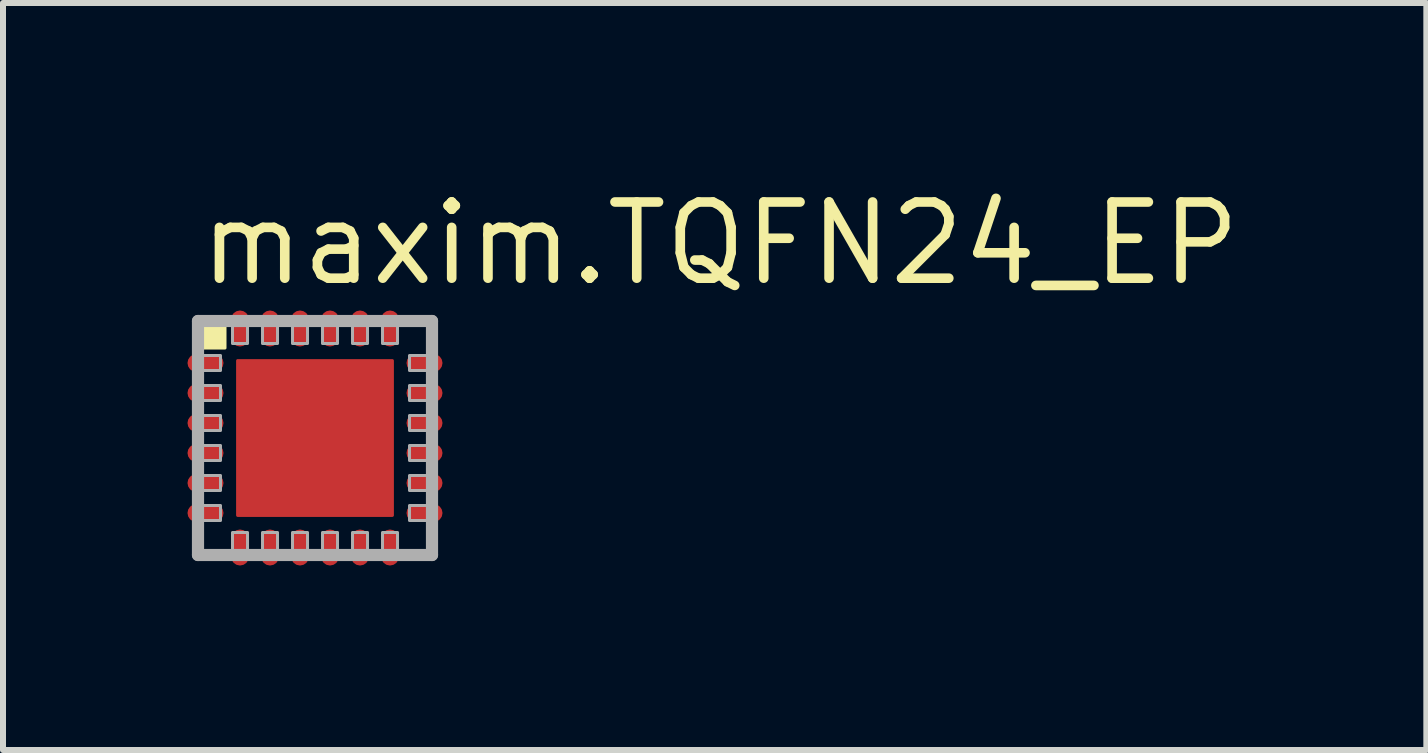
<source format=kicad_pcb>
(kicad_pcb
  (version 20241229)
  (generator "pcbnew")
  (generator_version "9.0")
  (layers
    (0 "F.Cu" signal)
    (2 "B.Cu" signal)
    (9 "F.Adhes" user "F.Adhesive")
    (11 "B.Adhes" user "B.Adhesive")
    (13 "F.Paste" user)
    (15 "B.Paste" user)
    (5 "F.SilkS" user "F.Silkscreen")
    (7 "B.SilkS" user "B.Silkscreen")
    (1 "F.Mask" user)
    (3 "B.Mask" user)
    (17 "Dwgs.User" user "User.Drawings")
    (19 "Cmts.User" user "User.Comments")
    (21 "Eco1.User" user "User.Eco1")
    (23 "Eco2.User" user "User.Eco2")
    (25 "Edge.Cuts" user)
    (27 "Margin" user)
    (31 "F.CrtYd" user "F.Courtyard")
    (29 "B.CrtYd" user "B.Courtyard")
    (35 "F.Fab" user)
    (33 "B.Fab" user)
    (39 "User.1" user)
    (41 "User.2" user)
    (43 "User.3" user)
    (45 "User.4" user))
  (footprint "maxim.TQFN24_EP"
    (layer "F.Cu")
    (at 2.2 4.25)
    (property "Reference" "maxim.TQFN24_EP" (at -2 -2.5 0) (layer "F.SilkS") (effects (font (size 1.27 1.27) (thickness 0.16)) (justify left bottom)))
    (attr smd)
    (fp_rect (start -2.175 -1.075) (end -1.525 -1.425) (stroke (width 0.05) (type default)) (fill yes) (layer "F.Mask"))
    (fp_rect (start -2.175 -0.575) (end -1.525 -0.925) (stroke (width 0.05) (type default)) (fill yes) (layer "F.Mask"))
    (fp_rect (start -2.175 -0.075) (end -1.525 -0.425) (stroke (width 0.05) (type default)) (fill yes) (layer "F.Mask"))
    (fp_rect (start -2.175 0.425) (end -1.525 0.075) (stroke (width 0.05) (type default)) (fill yes) (layer "F.Mask"))
    (fp_rect (start -2.175 0.925) (end -1.525 0.575) (stroke (width 0.05) (type default)) (fill yes) (layer "F.Mask"))
    (fp_rect (start -2.175 1.425) (end -1.525 1.075) (stroke (width 0.05) (type default)) (fill yes) (layer "F.Mask"))
    (fp_rect (start -1.425 -1.525) (end -1.075 -2.175) (stroke (width 0.05) (type default)) (fill yes) (layer "F.Mask"))
    (fp_rect (start -1.425 2.175) (end -1.075 1.525) (stroke (width 0.05) (type default)) (fill yes) (layer "F.Mask"))
    (fp_rect (start -1.35 1.35) (end 1.35 -1.35) (stroke (width 0.05) (type default)) (fill yes) (layer "F.Mask"))
    (fp_rect (start -0.925 -1.525) (end -0.575 -2.175) (stroke (width 0.05) (type default)) (fill yes) (layer "F.Mask"))
    (fp_rect (start -0.925 2.175) (end -0.575 1.525) (stroke (width 0.05) (type default)) (fill yes) (layer "F.Mask"))
    (fp_rect (start -0.425 -1.525) (end -0.075 -2.175) (stroke (width 0.05) (type default)) (fill yes) (layer "F.Mask"))
    (fp_rect (start -0.425 2.175) (end -0.075 1.525) (stroke (width 0.05) (type default)) (fill yes) (layer "F.Mask"))
    (fp_rect (start 0.075 -1.525) (end 0.425 -2.175) (stroke (width 0.05) (type default)) (fill yes) (layer "F.Mask"))
    (fp_rect (start 0.075 2.175) (end 0.425 1.525) (stroke (width 0.05) (type default)) (fill yes) (layer "F.Mask"))
    (fp_rect (start 0.575 -1.525) (end 0.925 -2.175) (stroke (width 0.05) (type default)) (fill yes) (layer "F.Mask"))
    (fp_rect (start 0.575 2.175) (end 0.925 1.525) (stroke (width 0.05) (type default)) (fill yes) (layer "F.Mask"))
    (fp_rect (start 1.075 -1.525) (end 1.425 -2.175) (stroke (width 0.05) (type default)) (fill yes) (layer "F.Mask"))
    (fp_rect (start 1.075 2.175) (end 1.425 1.525) (stroke (width 0.05) (type default)) (fill yes) (layer "F.Mask"))
    (fp_rect (start 1.525 -1.075) (end 2.175 -1.425) (stroke (width 0.05) (type default)) (fill yes) (layer "F.Mask"))
    (fp_rect (start 1.525 -0.575) (end 2.175 -0.925) (stroke (width 0.05) (type default)) (fill yes) (layer "F.Mask"))
    (fp_rect (start 1.525 -0.075) (end 2.175 -0.425) (stroke (width 0.05) (type default)) (fill yes) (layer "F.Mask"))
    (fp_rect (start 1.525 0.425) (end 2.175 0.075) (stroke (width 0.05) (type default)) (fill yes) (layer "F.Mask"))
    (fp_rect (start 1.525 0.925) (end 2.175 0.575) (stroke (width 0.05) (type default)) (fill yes) (layer "F.Mask"))
    (fp_rect (start 1.525 1.425) (end 2.175 1.075) (stroke (width 0.05) (type default)) (fill yes) (layer "F.Mask"))
    (fp_rect (start -2 -1.5) (end -1.5 -2) (stroke (width 0.05) (type default)) (fill yes) (layer "F.SilkS"))
    (fp_rect (start -2.1 -1.125) (end -1.55 -1.375) (stroke (width 0.05) (type default)) (fill yes) (layer "F.Paste"))
    (fp_rect (start -2.1 -0.625) (end -1.55 -0.875) (stroke (width 0.05) (type default)) (fill yes) (layer "F.Paste"))
    (fp_rect (start -2.1 -0.125) (end -1.55 -0.375) (stroke (width 0.05) (type default)) (fill yes) (layer "F.Paste"))
    (fp_rect (start -2.1 0.375) (end -1.55 0.125) (stroke (width 0.05) (type default)) (fill yes) (layer "F.Paste"))
    (fp_rect (start -2.1 0.875) (end -1.55 0.625) (stroke (width 0.05) (type default)) (fill yes) (layer "F.Paste"))
    (fp_rect (start -2.1 1.375) (end -1.55 1.125) (stroke (width 0.05) (type default)) (fill yes) (layer "F.Paste"))
    (fp_rect (start -1.375 -1.55) (end -1.125 -2.1) (stroke (width 0.05) (type default)) (fill yes) (layer "F.Paste"))
    (fp_rect (start -1.375 2.1) (end -1.125 1.55) (stroke (width 0.05) (type default)) (fill yes) (layer "F.Paste"))
    (fp_rect (start -1.15 1.175) (end 1.15 -1.2) (stroke (width 0.05) (type default)) (fill yes) (layer "F.Paste"))
    (fp_rect (start -0.875 -1.55) (end -0.625 -2.1) (stroke (width 0.05) (type default)) (fill yes) (layer "F.Paste"))
    (fp_rect (start -0.875 2.1) (end -0.625 1.55) (stroke (width 0.05) (type default)) (fill yes) (layer "F.Paste"))
    (fp_rect (start -0.375 -1.55) (end -0.125 -2.1) (stroke (width 0.05) (type default)) (fill yes) (layer "F.Paste"))
    (fp_rect (start -0.375 2.1) (end -0.125 1.55) (stroke (width 0.05) (type default)) (fill yes) (layer "F.Paste"))
    (fp_rect (start 0.125 -1.55) (end 0.375 -2.1) (stroke (width 0.05) (type default)) (fill yes) (layer "F.Paste"))
    (fp_rect (start 0.125 2.1) (end 0.375 1.55) (stroke (width 0.05) (type default)) (fill yes) (layer "F.Paste"))
    (fp_rect (start 0.625 -1.55) (end 0.875 -2.1) (stroke (width 0.05) (type default)) (fill yes) (layer "F.Paste"))
    (fp_rect (start 0.625 2.1) (end 0.875 1.55) (stroke (width 0.05) (type default)) (fill yes) (layer "F.Paste"))
    (fp_rect (start 1.125 -1.55) (end 1.375 -2.1) (stroke (width 0.05) (type default)) (fill yes) (layer "F.Paste"))
    (fp_rect (start 1.125 2.1) (end 1.375 1.55) (stroke (width 0.05) (type default)) (fill yes) (layer "F.Paste"))
    (fp_rect (start 1.55 -1.125) (end 2.1 -1.375) (stroke (width 0.05) (type default)) (fill yes) (layer "F.Paste"))
    (fp_rect (start 1.55 -0.625) (end 2.1 -0.875) (stroke (width 0.05) (type default)) (fill yes) (layer "F.Paste"))
    (fp_rect (start 1.55 -0.125) (end 2.1 -0.375) (stroke (width 0.05) (type default)) (fill yes) (layer "F.Paste"))
    (fp_rect (start 1.55 0.375) (end 2.1 0.125) (stroke (width 0.05) (type default)) (fill yes) (layer "F.Paste"))
    (fp_rect (start 1.55 0.875) (end 2.1 0.625) (stroke (width 0.05) (type default)) (fill yes) (layer "F.Paste"))
    (fp_rect (start 1.55 1.375) (end 2.1 1.125) (stroke (width 0.05) (type default)) (fill yes) (layer "F.Paste"))
    (fp_line (start -1.95 -1.95) (end 1.95 -1.95) (stroke (width 0.203) (type default)) (layer "F.Fab"))
    (fp_line (start -1.95 1.95) (end -1.95 -1.95) (stroke (width 0.203) (type default)) (layer "F.Fab"))
    (fp_line (start 1.95 -1.95) (end 1.95 1.95) (stroke (width 0.203) (type default)) (layer "F.Fab"))
    (fp_line (start 1.95 1.95) (end -1.95 1.95) (stroke (width 0.203) (type default)) (layer "F.Fab"))
    (fp_rect (start -2 -1.125) (end -1.575 -1.375) (stroke (width 0.05) (type default)) (fill no) (layer "F.Fab"))
    (fp_rect (start -2 -0.625) (end -1.575 -0.875) (stroke (width 0.05) (type default)) (fill no) (layer "F.Fab"))
    (fp_rect (start -2 -0.125) (end -1.575 -0.375) (stroke (width 0.05) (type default)) (fill no) (layer "F.Fab"))
    (fp_rect (start -2 0.375) (end -1.575 0.125) (stroke (width 0.05) (type default)) (fill no) (layer "F.Fab"))
    (fp_rect (start -2 0.875) (end -1.575 0.625) (stroke (width 0.05) (type default)) (fill no) (layer "F.Fab"))
    (fp_rect (start -2 1.375) (end -1.575 1.125) (stroke (width 0.05) (type default)) (fill no) (layer "F.Fab"))
    (fp_rect (start -1.375 -1.575) (end -1.125 -2) (stroke (width 0.05) (type default)) (fill no) (layer "F.Fab"))
    (fp_rect (start -1.375 2) (end -1.125 1.575) (stroke (width 0.05) (type default)) (fill no) (layer "F.Fab"))
    (fp_rect (start -0.875 -1.575) (end -0.625 -2) (stroke (width 0.05) (type default)) (fill no) (layer "F.Fab"))
    (fp_rect (start -0.875 2) (end -0.625 1.575) (stroke (width 0.05) (type default)) (fill no) (layer "F.Fab"))
    (fp_rect (start -0.375 -1.575) (end -0.125 -2) (stroke (width 0.05) (type default)) (fill no) (layer "F.Fab"))
    (fp_rect (start -0.375 2) (end -0.125 1.575) (stroke (width 0.05) (type default)) (fill no) (layer "F.Fab"))
    (fp_rect (start 0.125 -1.575) (end 0.375 -2) (stroke (width 0.05) (type default)) (fill no) (layer "F.Fab"))
    (fp_rect (start 0.125 2) (end 0.375 1.575) (stroke (width 0.05) (type default)) (fill no) (layer "F.Fab"))
    (fp_rect (start 0.625 -1.575) (end 0.875 -2) (stroke (width 0.05) (type default)) (fill no) (layer "F.Fab"))
    (fp_rect (start 0.625 2) (end 0.875 1.575) (stroke (width 0.05) (type default)) (fill no) (layer "F.Fab"))
    (fp_rect (start 1.125 -1.575) (end 1.375 -2) (stroke (width 0.05) (type default)) (fill no) (layer "F.Fab"))
    (fp_rect (start 1.125 2) (end 1.375 1.575) (stroke (width 0.05) (type default)) (fill no) (layer "F.Fab"))
    (fp_rect (start 1.575 -1.125) (end 2 -1.375) (stroke (width 0.05) (type default)) (fill no) (layer "F.Fab"))
    (fp_rect (start 1.575 -0.625) (end 2 -0.875) (stroke (width 0.05) (type default)) (fill no) (layer "F.Fab"))
    (fp_rect (start 1.575 -0.125) (end 2 -0.375) (stroke (width 0.05) (type default)) (fill no) (layer "F.Fab"))
    (fp_rect (start 1.575 0.375) (end 2 0.125) (stroke (width 0.05) (type default)) (fill no) (layer "F.Fab"))
    (fp_rect (start 1.575 0.875) (end 2 0.625) (stroke (width 0.05) (type default)) (fill no) (layer "F.Fab"))
    (fp_rect (start 1.575 1.375) (end 2 1.125) (stroke (width 0.05) (type default)) (fill no) (layer "F.Fab"))
    (pad "1" smd roundrect (at -1.825 -1.25) (size 0.6 0.3) (layers "F.Cu" "F.Mask" "F.Paste") (roundrect_rratio 0.5))
    (pad "2" smd roundrect (at -1.825 -0.75) (size 0.6 0.3) (layers "F.Cu" "F.Mask" "F.Paste") (roundrect_rratio 0.5))
    (pad "3" smd roundrect (at -1.825 -0.25) (size 0.6 0.3) (layers "F.Cu" "F.Mask" "F.Paste") (roundrect_rratio 0.5))
    (pad "4" smd roundrect (at -1.825 0.25) (size 0.6 0.3) (layers "F.Cu" "F.Mask" "F.Paste") (roundrect_rratio 0.5))
    (pad "5" smd roundrect (at -1.825 0.75) (size 0.6 0.3) (layers "F.Cu" "F.Mask" "F.Paste") (roundrect_rratio 0.5))
    (pad "6" smd roundrect (at -1.825 1.25) (size 0.6 0.3) (layers "F.Cu" "F.Mask" "F.Paste") (roundrect_rratio 0.5))
    (pad "7" smd roundrect (at -1.25 1.825 90) (size 0.6 0.3) (layers "F.Cu" "F.Mask" "F.Paste") (roundrect_rratio 0.5))
    (pad "8" smd roundrect (at -0.75 1.825 90) (size 0.6 0.3) (layers "F.Cu" "F.Mask" "F.Paste") (roundrect_rratio 0.5))
    (pad "9" smd roundrect (at -0.25 1.825 90) (size 0.6 0.3) (layers "F.Cu" "F.Mask" "F.Paste") (roundrect_rratio 0.5))
    (pad "10" smd roundrect (at 0.25 1.825 90) (size 0.6 0.3) (layers "F.Cu" "F.Mask" "F.Paste") (roundrect_rratio 0.5))
    (pad "11" smd roundrect (at 0.75 1.825 90) (size 0.6 0.3) (layers "F.Cu" "F.Mask" "F.Paste") (roundrect_rratio 0.5))
    (pad "12" smd roundrect (at 1.25 1.825 90) (size 0.6 0.3) (layers "F.Cu" "F.Mask" "F.Paste") (roundrect_rratio 0.5))
    (pad "13" smd roundrect (at 1.825 1.25 180) (size 0.6 0.3) (layers "F.Cu" "F.Mask" "F.Paste") (roundrect_rratio 0.5))
    (pad "14" smd roundrect (at 1.825 0.75 180) (size 0.6 0.3) (layers "F.Cu" "F.Mask" "F.Paste") (roundrect_rratio 0.5))
    (pad "15" smd roundrect (at 1.825 0.25 180) (size 0.6 0.3) (layers "F.Cu" "F.Mask" "F.Paste") (roundrect_rratio 0.5))
    (pad "16" smd roundrect (at 1.825 -0.25 180) (size 0.6 0.3) (layers "F.Cu" "F.Mask" "F.Paste") (roundrect_rratio 0.5))
    (pad "17" smd roundrect (at 1.825 -0.75 180) (size 0.6 0.3) (layers "F.Cu" "F.Mask" "F.Paste") (roundrect_rratio 0.5))
    (pad "18" smd roundrect (at 1.825 -1.25 180) (size 0.6 0.3) (layers "F.Cu" "F.Mask" "F.Paste") (roundrect_rratio 0.5))
    (pad "19" smd roundrect (at 1.25 -1.825 270) (size 0.6 0.3) (layers "F.Cu" "F.Mask" "F.Paste") (roundrect_rratio 0.5))
    (pad "20" smd roundrect (at 0.75 -1.825 270) (size 0.6 0.3) (layers "F.Cu" "F.Mask" "F.Paste") (roundrect_rratio 0.5))
    (pad "21" smd roundrect (at 0.25 -1.825 270) (size 0.6 0.3) (layers "F.Cu" "F.Mask" "F.Paste") (roundrect_rratio 0.5))
    (pad "22" smd roundrect (at -0.25 -1.825 270) (size 0.6 0.3) (layers "F.Cu" "F.Mask" "F.Paste") (roundrect_rratio 0.5))
    (pad "23" smd roundrect (at -0.75 -1.825 270) (size 0.6 0.3) (layers "F.Cu" "F.Mask" "F.Paste") (roundrect_rratio 0.5))
    (pad "24" smd roundrect (at -1.25 -1.825 270) (size 0.6 0.3) (layers "F.Cu" "F.Mask" "F.Paste") (roundrect_rratio 0.5))
    (pad "EXP" smd roundrect (at 0 0) (size 2.63 2.63) (layers "F.Cu" "F.Mask" "F.Paste") (roundrect_rratio 0.01)))
  (gr_rect
    (start -3 -3)
    (end 20.722 9.45)
    (stroke (width 0.1) (type default))
    (fill no)
    (layer "Edge.Cuts")))
</source>
